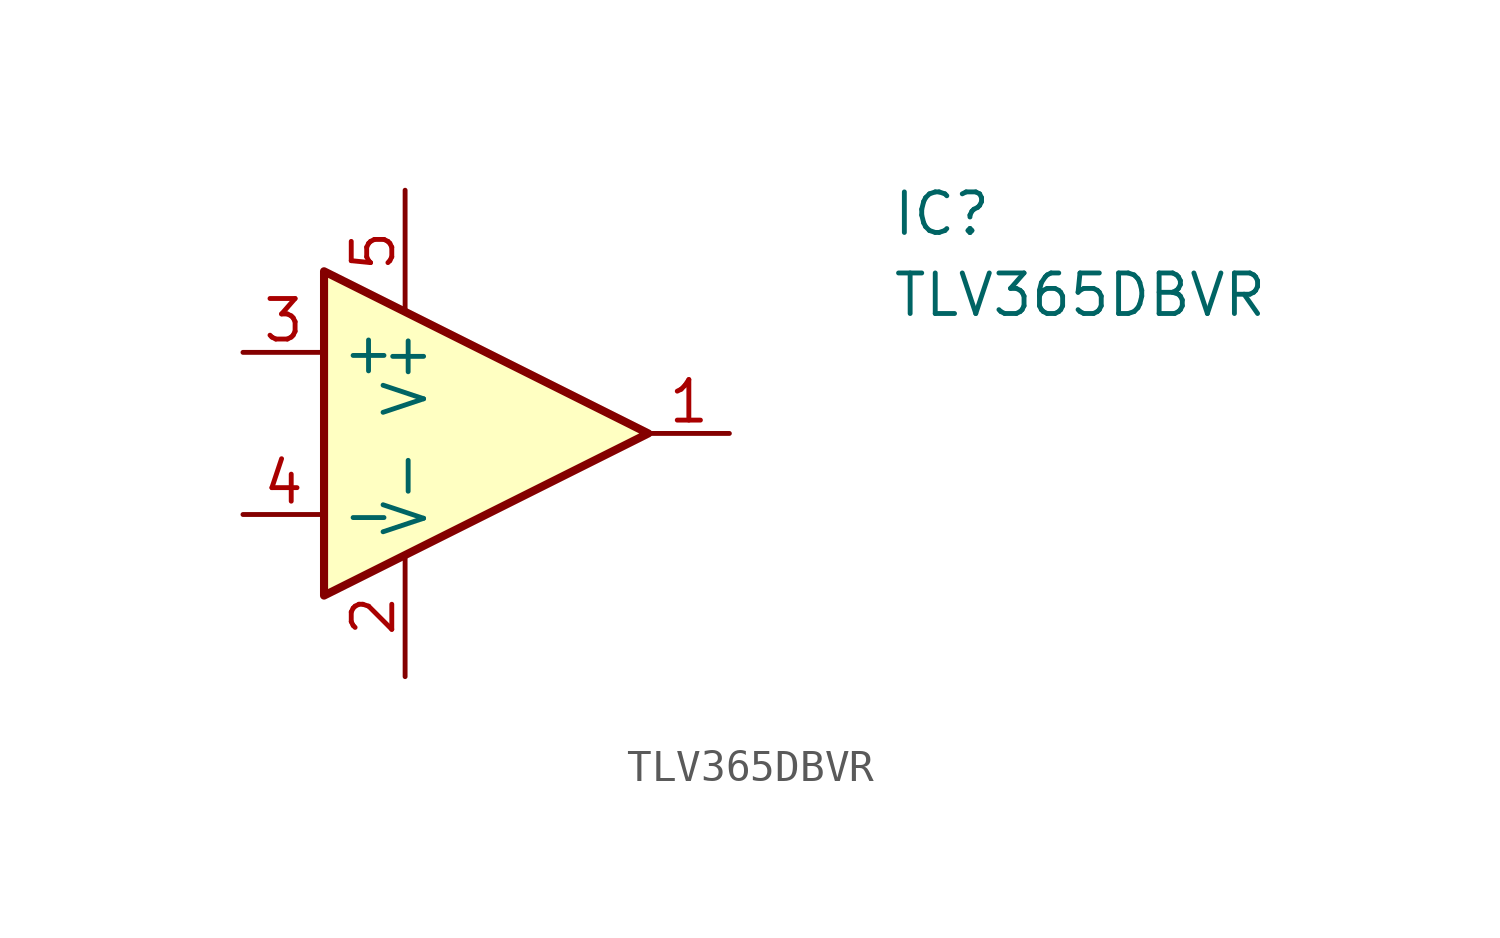
<source format=kicad_sym>
(kicad_symbol_lib
  (version 20231120)
  (generator "kicad_symbol_editor")
  (generator_version "8.0")
  (symbol "TLV365DBVR"
    (property "Reference" "IC"
      (at 26.67 7.62 0)
      (effects (font (size 1.27 1.27)) (justify left top)))
    (property "Value" "TLV365DBVR"
      (at 26.67 5.08 0)
      (effects (font (size 1.27 1.27)) (justify left top)))
    (symbol "TLV365DBVR_0_1"
      (polyline (pts (xy 19.05 0) (xy 8.89 5.08) (xy 8.89 -5.08) (xy 19.05 0)) (stroke (width 0.254) (type default)) (fill (type background))))
    (symbol "TLV365DBVR_1_1"
      (pin output line (at 21.59 0 180) (length 2.54) (name "~" (effects (font (size 1.27 1.27)))) (number "1" (effects (font (size 1.27 1.27)))))
      (pin power_in line (at 11.43 -7.62 90) (length 3.81) (name "V-" (effects (font (size 1.27 1.27)))) (number "2" (effects (font (size 1.27 1.27)))))
      (pin input line (at 6.35 2.54 0) (length 2.54) (name "+" (effects (font (size 1.27 1.27)))) (number "3" (effects (font (size 1.27 1.27)))))
      (pin input line (at 6.35 -2.54 0) (length 2.54) (name "-" (effects (font (size 1.27 1.27)))) (number "4" (effects (font (size 1.27 1.27)))))
      (pin power_in line (at 11.43 7.62 270) (length 3.81) (name "V+" (effects (font (size 1.27 1.27)))) (number "5" (effects (font (size 1.27 1.27))))))))
</source>
